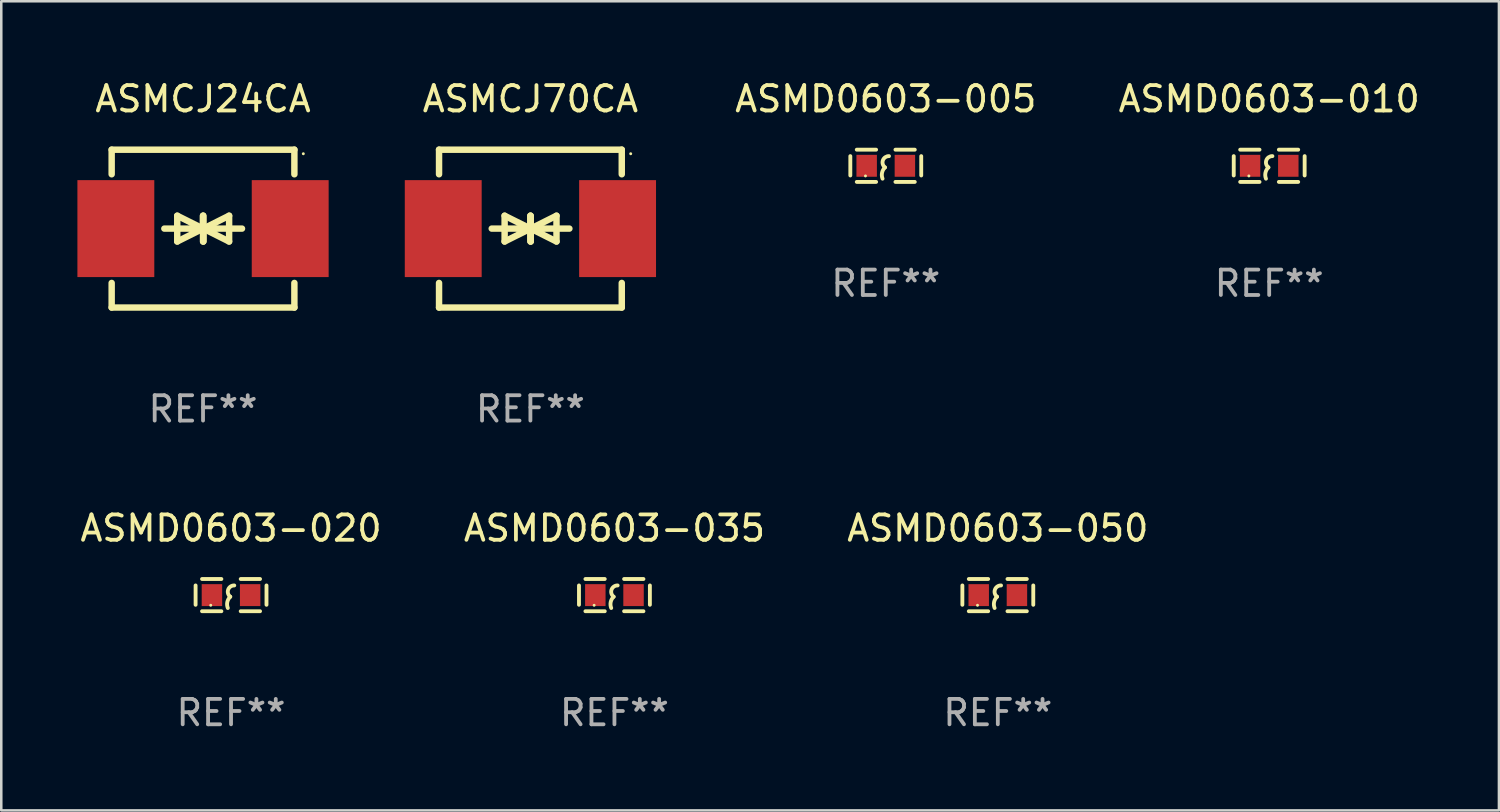
<source format=kicad_pcb>
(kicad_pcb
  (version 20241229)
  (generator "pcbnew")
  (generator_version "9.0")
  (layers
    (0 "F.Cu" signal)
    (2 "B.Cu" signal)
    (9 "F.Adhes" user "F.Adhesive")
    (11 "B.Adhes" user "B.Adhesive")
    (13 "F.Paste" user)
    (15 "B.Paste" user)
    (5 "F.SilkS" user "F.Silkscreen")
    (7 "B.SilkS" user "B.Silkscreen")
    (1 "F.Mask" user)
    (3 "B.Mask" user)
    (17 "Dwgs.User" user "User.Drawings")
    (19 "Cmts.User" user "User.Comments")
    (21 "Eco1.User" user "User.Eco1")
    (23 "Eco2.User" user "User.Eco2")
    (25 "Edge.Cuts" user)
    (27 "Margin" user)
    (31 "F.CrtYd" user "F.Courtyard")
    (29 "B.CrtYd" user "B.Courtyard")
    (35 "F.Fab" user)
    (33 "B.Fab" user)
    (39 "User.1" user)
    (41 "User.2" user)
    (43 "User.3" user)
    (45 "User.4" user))
  (footprint "ASMCJ24CA"
    (layer "F.Cu")
    (at 4.95 5.958)
    (property "Reference" "ASMCJ24CA" (at 0 -5.11 0) (layer "F.SilkS") (effects (font (size 1 1) (thickness 0.15))))
    (attr through_hole)
    (fp_line (start -3.6 -2.141) (end -3.6 -3.11) (stroke (width 0.254) (type solid)) (layer "F.SilkS"))
    (fp_line (start -3.6 3.11) (end -3.6 2.141) (stroke (width 0.254) (type solid)) (layer "F.SilkS"))
    (fp_line (start -1.524 0) (end 0.508 0) (stroke (width 0.254) (type solid)) (layer "F.SilkS"))
    (fp_line (start -1.016 -0.508) (end -1.016 0.508) (stroke (width 0.254) (type solid)) (layer "F.SilkS"))
    (fp_line (start -1.016 0.508) (end 0 0) (stroke (width 0.254) (type solid)) (layer "F.SilkS"))
    (fp_line (start 0 -0.508) (end 0 0.508) (stroke (width 0.254) (type solid)) (layer "F.SilkS"))
    (fp_line (start 0 0) (end -1.016 -0.508) (stroke (width 0.254) (type solid)) (layer "F.SilkS"))
    (fp_line (start 0 0) (end 0 -0.508) (stroke (width 0.254) (type solid)) (layer "F.SilkS"))
    (fp_line (start 0.012 0) (end 0.012 0.508) (stroke (width 0.254) (type solid)) (layer "F.SilkS"))
    (fp_line (start 0.012 0) (end 1.028 0.508) (stroke (width 0.254) (type solid)) (layer "F.SilkS"))
    (fp_line (start 0.012 0.508) (end 0.012 -0.508) (stroke (width 0.254) (type solid)) (layer "F.SilkS"))
    (fp_line (start 1.028 -0.508) (end 0.012 0) (stroke (width 0.254) (type solid)) (layer "F.SilkS"))
    (fp_line (start 1.028 0.508) (end 1.028 -0.508) (stroke (width 0.254) (type solid)) (layer "F.SilkS"))
    (fp_line (start 1.536 0) (end -0.496 0) (stroke (width 0.254) (type solid)) (layer "F.SilkS"))
    (fp_line (start 3.6 -3.11) (end -3.6 -3.11) (stroke (width 0.254) (type solid)) (layer "F.SilkS"))
    (fp_line (start 3.6 -2.141) (end 3.6 -3.11) (stroke (width 0.254) (type solid)) (layer "F.SilkS"))
    (fp_line (start 3.6 3.11) (end -3.6 3.11) (stroke (width 0.254) (type solid)) (layer "F.SilkS"))
    (fp_line (start 3.6 3.11) (end 3.6 2.141) (stroke (width 0.254) (type solid)) (layer "F.SilkS"))
    (fp_circle (center 3.952 -2.95) (end 3.982 -2.95) (stroke (width 0.06) (type solid)) (fill no) (layer "F.SilkS"))
    (fp_text user "REF**" (at 0 7.11 0) (layer "F.Fab") (effects (font (size 1 1) (thickness 0.15))))
    (pad "1" smd rect (at 3.435 0) (size 3.03 3.82) (layers "F.Cu" "F.Mask" "F.Paste"))
    (pad "2" smd rect (at -3.435 0) (size 3.03 3.82) (layers "F.Cu" "F.Mask" "F.Paste")))
  (footprint "ASMCJ70CA"
    (layer "F.Cu")
    (at 17.85 5.958)
    (property "Reference" "ASMCJ70CA" (at 0 -5.11 0) (layer "F.SilkS") (effects (font (size 1 1) (thickness 0.15))))
    (attr through_hole)
    (fp_line (start -3.6 -2.141) (end -3.6 -3.11) (stroke (width 0.254) (type solid)) (layer "F.SilkS"))
    (fp_line (start -3.6 3.11) (end -3.6 2.141) (stroke (width 0.254) (type solid)) (layer "F.SilkS"))
    (fp_line (start -1.524 0) (end 0.508 0) (stroke (width 0.254) (type solid)) (layer "F.SilkS"))
    (fp_line (start -1.016 -0.508) (end -1.016 0.508) (stroke (width 0.254) (type solid)) (layer "F.SilkS"))
    (fp_line (start -1.016 0.508) (end 0 0) (stroke (width 0.254) (type solid)) (layer "F.SilkS"))
    (fp_line (start 0 -0.508) (end 0 0.508) (stroke (width 0.254) (type solid)) (layer "F.SilkS"))
    (fp_line (start 0 0) (end -1.016 -0.508) (stroke (width 0.254) (type solid)) (layer "F.SilkS"))
    (fp_line (start 0 0) (end 0 -0.508) (stroke (width 0.254) (type solid)) (layer "F.SilkS"))
    (fp_line (start 0.012 0) (end 0.012 0.508) (stroke (width 0.254) (type solid)) (layer "F.SilkS"))
    (fp_line (start 0.012 0) (end 1.028 0.508) (stroke (width 0.254) (type solid)) (layer "F.SilkS"))
    (fp_line (start 0.012 0.508) (end 0.012 -0.508) (stroke (width 0.254) (type solid)) (layer "F.SilkS"))
    (fp_line (start 1.028 -0.508) (end 0.012 0) (stroke (width 0.254) (type solid)) (layer "F.SilkS"))
    (fp_line (start 1.028 0.508) (end 1.028 -0.508) (stroke (width 0.254) (type solid)) (layer "F.SilkS"))
    (fp_line (start 1.536 0) (end -0.496 0) (stroke (width 0.254) (type solid)) (layer "F.SilkS"))
    (fp_line (start 3.6 -3.11) (end -3.6 -3.11) (stroke (width 0.254) (type solid)) (layer "F.SilkS"))
    (fp_line (start 3.6 -2.141) (end 3.6 -3.11) (stroke (width 0.254) (type solid)) (layer "F.SilkS"))
    (fp_line (start 3.6 3.11) (end -3.6 3.11) (stroke (width 0.254) (type solid)) (layer "F.SilkS"))
    (fp_line (start 3.6 3.11) (end 3.6 2.141) (stroke (width 0.254) (type solid)) (layer "F.SilkS"))
    (fp_circle (center 3.952 -2.95) (end 3.982 -2.95) (stroke (width 0.06) (type solid)) (fill no) (layer "F.SilkS"))
    (fp_text user "REF**" (at 0 7.11 0) (layer "F.Fab") (effects (font (size 1 1) (thickness 0.15))))
    (pad "1" smd rect (at 3.435 0) (size 3.03 3.82) (layers "F.Cu" "F.Mask" "F.Paste"))
    (pad "2" smd rect (at -3.435 0) (size 3.03 3.82) (layers "F.Cu" "F.Mask" "F.Paste")))
  (footprint "ASMD0603-010"
    (layer "F.Cu")
    (at 46.961 3.483)
    (property "Reference" "ASMD0603-010" (at 0 -2.635 0) (layer "F.SilkS") (effects (font (size 1 1) (thickness 0.15))))
    (attr through_hole)
    (fp_line (start -1.397 -0.381) (end -1.397 0.381) (stroke (width 0.152) (type solid)) (layer "F.SilkS"))
    (fp_line (start -0.381 -0.635) (end -1.143 -0.635) (stroke (width 0.152) (type solid)) (layer "F.SilkS"))
    (fp_line (start -0.381 0.635) (end -1.143 0.635) (stroke (width 0.152) (type solid)) (layer "F.SilkS"))
    (fp_line (start 0.381 -0.635) (end 1.143 -0.635) (stroke (width 0.152) (type solid)) (layer "F.SilkS"))
    (fp_line (start 0.381 0.635) (end 1.143 0.635) (stroke (width 0.152) (type solid)) (layer "F.SilkS"))
    (fp_line (start 1.397 -0.381) (end 1.397 0.381) (stroke (width 0.152) (type solid)) (layer "F.SilkS"))
    (fp_arc (start -0.127 0.508001) (mid -0.146523 0.271131) (end -0.030861 0.0635) (stroke (width 0.151994) (type solid)) (layer "F.SilkS"))
    (fp_arc (start -0.03175 0.0635) (mid -0.113571 -0.216321) (end 0.127001 -0.381002) (stroke (width 0.151994) (type solid)) (layer "F.SilkS"))
    (fp_circle (center -0.8 0.4) (end -0.77 0.4) (stroke (width 0.06) (type solid)) (fill no) (layer "F.SilkS"))
    (fp_text user "REF**" (at 0 4.635 0) (layer "F.Fab") (effects (font (size 1 1) (thickness 0.15))))
    (pad "1" smd rect (at -0.753 0) (size 0.806 0.864) (layers "F.Cu" "F.Mask" "F.Paste"))
    (pad "2" smd rect (at 0.753 0) (size 0.806 0.864) (layers "F.Cu" "F.Mask" "F.Paste")))
  (footprint "ASMD0603-035"
    (layer "F.Cu")
    (at 21.161 20.4)
    (property "Reference" "ASMD0603-035" (at 0 -2.635 0) (layer "F.SilkS") (effects (font (size 1 1) (thickness 0.15))))
    (attr through_hole)
    (fp_line (start -1.397 -0.381) (end -1.397 0.381) (stroke (width 0.152) (type solid)) (layer "F.SilkS"))
    (fp_line (start -0.381 -0.635) (end -1.143 -0.635) (stroke (width 0.152) (type solid)) (layer "F.SilkS"))
    (fp_line (start -0.381 0.635) (end -1.143 0.635) (stroke (width 0.152) (type solid)) (layer "F.SilkS"))
    (fp_line (start 0.381 -0.635) (end 1.143 -0.635) (stroke (width 0.152) (type solid)) (layer "F.SilkS"))
    (fp_line (start 0.381 0.635) (end 1.143 0.635) (stroke (width 0.152) (type solid)) (layer "F.SilkS"))
    (fp_line (start 1.397 -0.381) (end 1.397 0.381) (stroke (width 0.152) (type solid)) (layer "F.SilkS"))
    (fp_arc (start -0.127 0.508001) (mid -0.146523 0.271131) (end -0.030861 0.0635) (stroke (width 0.151994) (type solid)) (layer "F.SilkS"))
    (fp_arc (start -0.03175 0.0635) (mid -0.113571 -0.216321) (end 0.127001 -0.381002) (stroke (width 0.151994) (type solid)) (layer "F.SilkS"))
    (fp_circle (center -0.8 0.4) (end -0.77 0.4) (stroke (width 0.06) (type solid)) (fill no) (layer "F.SilkS"))
    (fp_text user "REF**" (at 0 4.635 0) (layer "F.Fab") (effects (font (size 1 1) (thickness 0.15))))
    (pad "1" smd rect (at -0.753 0) (size 0.806 0.864) (layers "F.Cu" "F.Mask" "F.Paste"))
    (pad "2" smd rect (at 0.753 0) (size 0.806 0.864) (layers "F.Cu" "F.Mask" "F.Paste")))
  (footprint "ASMD0603-050"
    (layer "F.Cu")
    (at 36.268 20.4)
    (property "Reference" "ASMD0603-050" (at 0 -2.635 0) (layer "F.SilkS") (effects (font (size 1 1) (thickness 0.15))))
    (attr through_hole)
    (fp_line (start -1.397 -0.381) (end -1.397 0.381) (stroke (width 0.152) (type solid)) (layer "F.SilkS"))
    (fp_line (start -0.381 -0.635) (end -1.143 -0.635) (stroke (width 0.152) (type solid)) (layer "F.SilkS"))
    (fp_line (start -0.381 0.635) (end -1.143 0.635) (stroke (width 0.152) (type solid)) (layer "F.SilkS"))
    (fp_line (start 0.381 -0.635) (end 1.143 -0.635) (stroke (width 0.152) (type solid)) (layer "F.SilkS"))
    (fp_line (start 0.381 0.635) (end 1.143 0.635) (stroke (width 0.152) (type solid)) (layer "F.SilkS"))
    (fp_line (start 1.397 -0.381) (end 1.397 0.381) (stroke (width 0.152) (type solid)) (layer "F.SilkS"))
    (fp_arc (start -0.127 0.508001) (mid -0.146523 0.271131) (end -0.030861 0.0635) (stroke (width 0.151994) (type solid)) (layer "F.SilkS"))
    (fp_arc (start -0.03175 0.0635) (mid -0.113571 -0.216321) (end 0.127001 -0.381002) (stroke (width 0.151994) (type solid)) (layer "F.SilkS"))
    (fp_circle (center -0.8 0.4) (end -0.77 0.4) (stroke (width 0.06) (type solid)) (fill no) (layer "F.SilkS"))
    (fp_text user "REF**" (at 0 4.635 0) (layer "F.Fab") (effects (font (size 1 1) (thickness 0.15))))
    (pad "1" smd rect (at -0.753 0) (size 0.806 0.864) (layers "F.Cu" "F.Mask" "F.Paste"))
    (pad "2" smd rect (at 0.753 0) (size 0.806 0.864) (layers "F.Cu" "F.Mask" "F.Paste")))
  (footprint "ASMD0603-005"
    (layer "F.Cu")
    (at 31.853 3.483)
    (property "Reference" "ASMD0603-005" (at 0 -2.635 0) (layer "F.SilkS") (effects (font (size 1 1) (thickness 0.15))))
    (attr through_hole)
    (fp_line (start -1.397 -0.381) (end -1.397 0.381) (stroke (width 0.152) (type solid)) (layer "F.SilkS"))
    (fp_line (start -0.381 -0.635) (end -1.143 -0.635) (stroke (width 0.152) (type solid)) (layer "F.SilkS"))
    (fp_line (start -0.381 0.635) (end -1.143 0.635) (stroke (width 0.152) (type solid)) (layer "F.SilkS"))
    (fp_line (start 0.381 -0.635) (end 1.143 -0.635) (stroke (width 0.152) (type solid)) (layer "F.SilkS"))
    (fp_line (start 0.381 0.635) (end 1.143 0.635) (stroke (width 0.152) (type solid)) (layer "F.SilkS"))
    (fp_line (start 1.397 -0.381) (end 1.397 0.381) (stroke (width 0.152) (type solid)) (layer "F.SilkS"))
    (fp_arc (start -0.127 0.508001) (mid -0.146523 0.271131) (end -0.030861 0.0635) (stroke (width 0.151994) (type solid)) (layer "F.SilkS"))
    (fp_arc (start -0.03175 0.0635) (mid -0.113571 -0.216321) (end 0.127001 -0.381002) (stroke (width 0.151994) (type solid)) (layer "F.SilkS"))
    (fp_circle (center -0.8 0.4) (end -0.77 0.4) (stroke (width 0.06) (type solid)) (fill no) (layer "F.SilkS"))
    (fp_text user "REF**" (at 0 4.635 0) (layer "F.Fab") (effects (font (size 1 1) (thickness 0.15))))
    (pad "1" smd rect (at -0.753 0) (size 0.806 0.864) (layers "F.Cu" "F.Mask" "F.Paste"))
    (pad "2" smd rect (at 0.753 0) (size 0.806 0.864) (layers "F.Cu" "F.Mask" "F.Paste")))
  (footprint "ASMD0603-020"
    (layer "F.Cu")
    (at 6.054 20.4)
    (property "Reference" "ASMD0603-020" (at 0 -2.635 0) (layer "F.SilkS") (effects (font (size 1 1) (thickness 0.15))))
    (attr through_hole)
    (fp_line (start -1.397 -0.381) (end -1.397 0.381) (stroke (width 0.152) (type solid)) (layer "F.SilkS"))
    (fp_line (start -0.381 -0.635) (end -1.143 -0.635) (stroke (width 0.152) (type solid)) (layer "F.SilkS"))
    (fp_line (start -0.381 0.635) (end -1.143 0.635) (stroke (width 0.152) (type solid)) (layer "F.SilkS"))
    (fp_line (start 0.381 -0.635) (end 1.143 -0.635) (stroke (width 0.152) (type solid)) (layer "F.SilkS"))
    (fp_line (start 0.381 0.635) (end 1.143 0.635) (stroke (width 0.152) (type solid)) (layer "F.SilkS"))
    (fp_line (start 1.397 -0.381) (end 1.397 0.381) (stroke (width 0.152) (type solid)) (layer "F.SilkS"))
    (fp_arc (start -0.127 0.508001) (mid -0.146523 0.271131) (end -0.030861 0.0635) (stroke (width 0.151994) (type solid)) (layer "F.SilkS"))
    (fp_arc (start -0.03175 0.0635) (mid -0.113571 -0.216321) (end 0.127001 -0.381002) (stroke (width 0.151994) (type solid)) (layer "F.SilkS"))
    (fp_circle (center -0.8 0.4) (end -0.77 0.4) (stroke (width 0.06) (type solid)) (fill no) (layer "F.SilkS"))
    (fp_text user "REF**" (at 0 4.635 0) (layer "F.Fab") (effects (font (size 1 1) (thickness 0.15))))
    (pad "1" smd rect (at -0.753 0) (size 0.806 0.864) (layers "F.Cu" "F.Mask" "F.Paste"))
    (pad "2" smd rect (at 0.753 0) (size 0.806 0.864) (layers "F.Cu" "F.Mask" "F.Paste")))
  (gr_rect
    (start -3 -3)
    (end 56.014 28.883)
    (stroke (width 0.1) (type default))
    (fill no)
    (layer "Edge.Cuts")))
</source>
